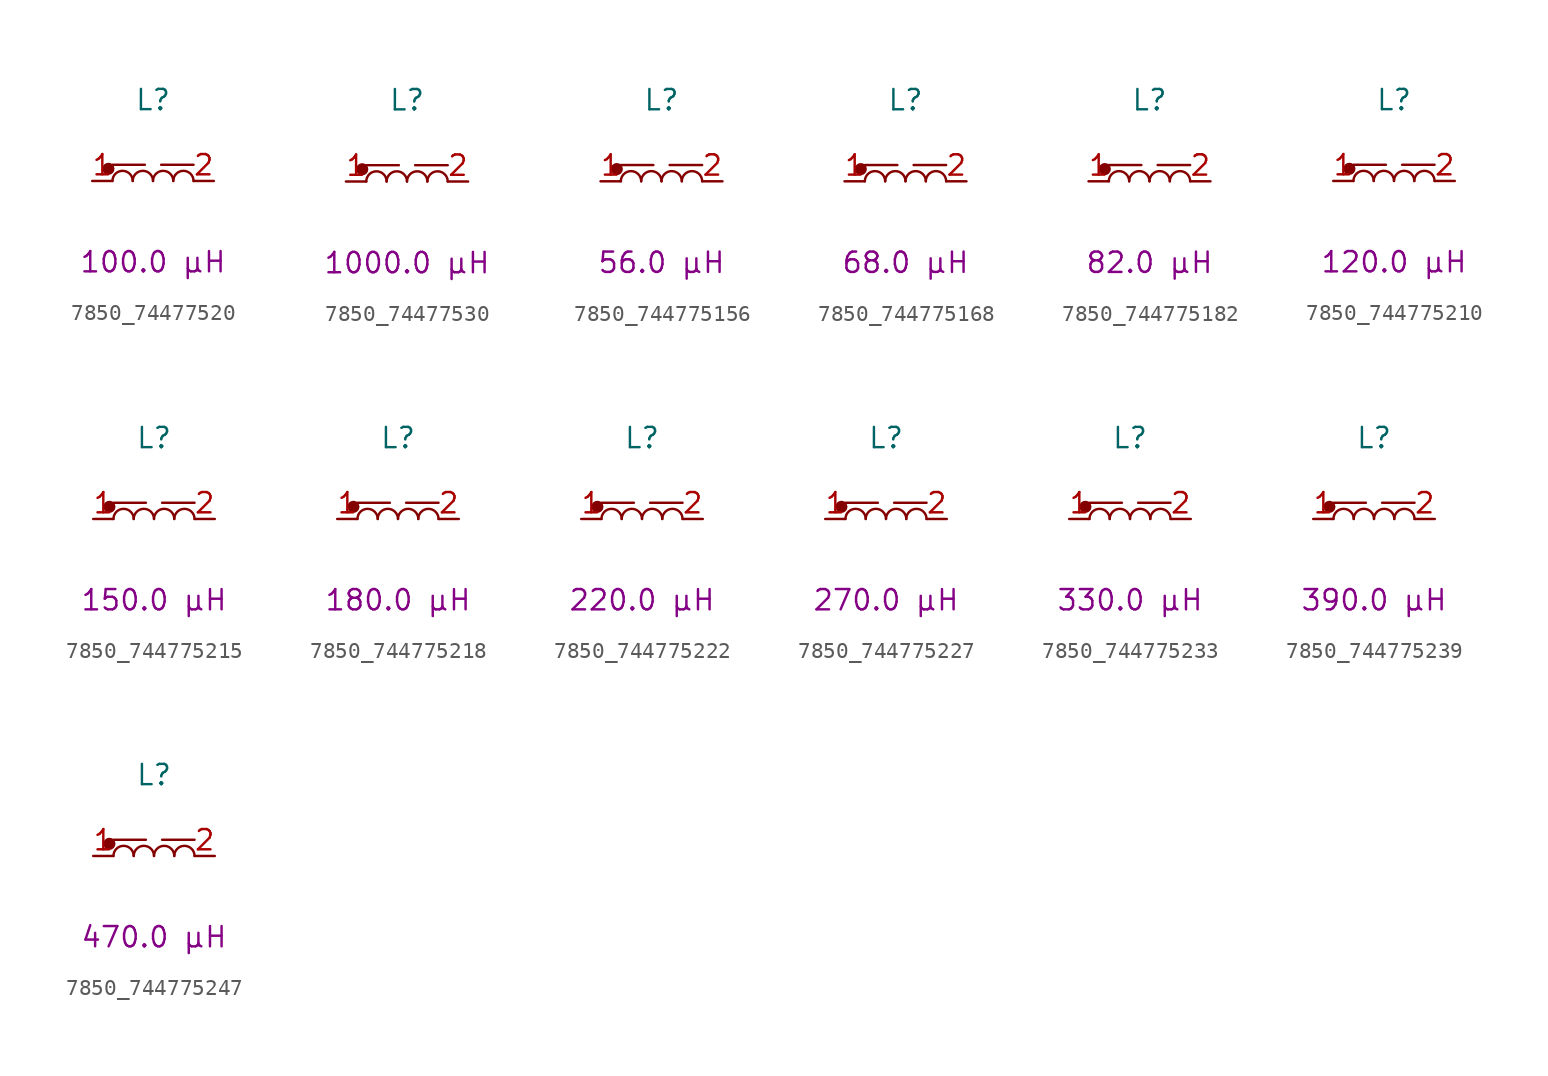
<source format=kicad_sym>
(kicad_symbol_lib
  (version 20220914)
  (generator kicad_symbol_editor)
  (symbol "7850_74477520"
    (pin_names hide)
    (property "Reference" "L"
      (at 0 5.08 0)
      (effects (font (size 1.27 1.27))))
    (property "Critical Parameter" "100.0 µH"
      (at 0 -5.08 0)
      (effects (font (size 1.27 1.27))))
    (symbol "7850_74477520_0_1"
      (arc (start -1.27 0) (mid -1.905 0.6323) (end -2.54 0) (stroke (width 0) (type default)) (fill (type none)))
      (arc (start 0 0) (mid -0.635 0.6323) (end -1.27 0) (stroke (width 0) (type default)) (fill (type none)))
      (polyline (pts (xy -2.54 1.016) (xy -0.508 1.016)) (stroke (width 0) (type default)) (fill (type none)))
      (arc (start 1.27 0) (mid 0.635 0.6323) (end 0 0) (stroke (width 0) (type default)) (fill (type none)))
      (arc (start 2.54 0) (mid 1.905 0.6323) (end 1.27 0) (stroke (width 0) (type default)) (fill (type none))))
    (symbol "7850_74477520_1_1"
      (circle (center -2.794 0.762) (radius 0.0001) (stroke (width 0.381) (type default)) (fill (type none)))
      (polyline (pts (xy 2.54 1.016) (xy 0.508 1.016)) (stroke (width 0) (type default)) (fill (type none)))
      (pin passive line (at -3.81 0 0) (length 1.27) (name "1" (effects (font (size 1.27 1.27)))) (number "1" (effects (font (size 1.27 1.27)))))
      (pin passive line (at 3.81 0 180) (length 1.27) (name "2" (effects (font (size 1.27 1.27)))) (number "2" (effects (font (size 1.27 1.27)))))))
  (symbol "7850_74477530"
    (pin_names hide)
    (property "Reference" "L"
      (at 0 5.08 0)
      (effects (font (size 1.27 1.27))))
    (property "Critical Parameter" "1000.0 µH"
      (at 0 -5.08 0)
      (effects (font (size 1.27 1.27))))
    (symbol "7850_74477530_0_1"
      (arc (start -1.27 0) (mid -1.905 0.6323) (end -2.54 0) (stroke (width 0) (type default)) (fill (type none)))
      (arc (start 0 0) (mid -0.635 0.6323) (end -1.27 0) (stroke (width 0) (type default)) (fill (type none)))
      (polyline (pts (xy -2.54 1.016) (xy -0.508 1.016)) (stroke (width 0) (type default)) (fill (type none)))
      (arc (start 1.27 0) (mid 0.635 0.6323) (end 0 0) (stroke (width 0) (type default)) (fill (type none)))
      (arc (start 2.54 0) (mid 1.905 0.6323) (end 1.27 0) (stroke (width 0) (type default)) (fill (type none))))
    (symbol "7850_74477530_1_1"
      (circle (center -2.794 0.762) (radius 0.0001) (stroke (width 0.381) (type default)) (fill (type none)))
      (polyline (pts (xy 2.54 1.016) (xy 0.508 1.016)) (stroke (width 0) (type default)) (fill (type none)))
      (pin passive line (at -3.81 0 0) (length 1.27) (name "1" (effects (font (size 1.27 1.27)))) (number "1" (effects (font (size 1.27 1.27)))))
      (pin passive line (at 3.81 0 180) (length 1.27) (name "2" (effects (font (size 1.27 1.27)))) (number "2" (effects (font (size 1.27 1.27)))))))
  (symbol "7850_744775156"
    (pin_names hide)
    (property "Reference" "L"
      (at 0 5.08 0)
      (effects (font (size 1.27 1.27))))
    (property "Critical Parameter" "56.0 µH"
      (at 0 -5.08 0)
      (effects (font (size 1.27 1.27))))
    (symbol "7850_744775156_0_1"
      (arc (start -1.27 0) (mid -1.905 0.6323) (end -2.54 0) (stroke (width 0) (type default)) (fill (type none)))
      (arc (start 0 0) (mid -0.635 0.6323) (end -1.27 0) (stroke (width 0) (type default)) (fill (type none)))
      (polyline (pts (xy -2.54 1.016) (xy -0.508 1.016)) (stroke (width 0) (type default)) (fill (type none)))
      (arc (start 1.27 0) (mid 0.635 0.6323) (end 0 0) (stroke (width 0) (type default)) (fill (type none)))
      (arc (start 2.54 0) (mid 1.905 0.6323) (end 1.27 0) (stroke (width 0) (type default)) (fill (type none))))
    (symbol "7850_744775156_1_1"
      (circle (center -2.794 0.762) (radius 0.0001) (stroke (width 0.381) (type default)) (fill (type none)))
      (polyline (pts (xy 2.54 1.016) (xy 0.508 1.016)) (stroke (width 0) (type default)) (fill (type none)))
      (pin passive line (at -3.81 0 0) (length 1.27) (name "1" (effects (font (size 1.27 1.27)))) (number "1" (effects (font (size 1.27 1.27)))))
      (pin passive line (at 3.81 0 180) (length 1.27) (name "2" (effects (font (size 1.27 1.27)))) (number "2" (effects (font (size 1.27 1.27)))))))
  (symbol "7850_744775168"
    (pin_names hide)
    (property "Reference" "L"
      (at 0 5.08 0)
      (effects (font (size 1.27 1.27))))
    (property "Critical Parameter" "68.0 µH"
      (at 0 -5.08 0)
      (effects (font (size 1.27 1.27))))
    (symbol "7850_744775168_0_1"
      (arc (start -1.27 0) (mid -1.905 0.6323) (end -2.54 0) (stroke (width 0) (type default)) (fill (type none)))
      (arc (start 0 0) (mid -0.635 0.6323) (end -1.27 0) (stroke (width 0) (type default)) (fill (type none)))
      (polyline (pts (xy -2.54 1.016) (xy -0.508 1.016)) (stroke (width 0) (type default)) (fill (type none)))
      (arc (start 1.27 0) (mid 0.635 0.6323) (end 0 0) (stroke (width 0) (type default)) (fill (type none)))
      (arc (start 2.54 0) (mid 1.905 0.6323) (end 1.27 0) (stroke (width 0) (type default)) (fill (type none))))
    (symbol "7850_744775168_1_1"
      (circle (center -2.794 0.762) (radius 0.0001) (stroke (width 0.381) (type default)) (fill (type none)))
      (polyline (pts (xy 2.54 1.016) (xy 0.508 1.016)) (stroke (width 0) (type default)) (fill (type none)))
      (pin passive line (at -3.81 0 0) (length 1.27) (name "1" (effects (font (size 1.27 1.27)))) (number "1" (effects (font (size 1.27 1.27)))))
      (pin passive line (at 3.81 0 180) (length 1.27) (name "2" (effects (font (size 1.27 1.27)))) (number "2" (effects (font (size 1.27 1.27)))))))
  (symbol "7850_744775182"
    (pin_names hide)
    (property "Reference" "L"
      (at 0 5.08 0)
      (effects (font (size 1.27 1.27))))
    (property "Critical Parameter" "82.0 µH"
      (at 0 -5.08 0)
      (effects (font (size 1.27 1.27))))
    (symbol "7850_744775182_0_1"
      (arc (start -1.27 0) (mid -1.905 0.6323) (end -2.54 0) (stroke (width 0) (type default)) (fill (type none)))
      (arc (start 0 0) (mid -0.635 0.6323) (end -1.27 0) (stroke (width 0) (type default)) (fill (type none)))
      (polyline (pts (xy -2.54 1.016) (xy -0.508 1.016)) (stroke (width 0) (type default)) (fill (type none)))
      (arc (start 1.27 0) (mid 0.635 0.6323) (end 0 0) (stroke (width 0) (type default)) (fill (type none)))
      (arc (start 2.54 0) (mid 1.905 0.6323) (end 1.27 0) (stroke (width 0) (type default)) (fill (type none))))
    (symbol "7850_744775182_1_1"
      (circle (center -2.794 0.762) (radius 0.0001) (stroke (width 0.381) (type default)) (fill (type none)))
      (polyline (pts (xy 2.54 1.016) (xy 0.508 1.016)) (stroke (width 0) (type default)) (fill (type none)))
      (pin passive line (at -3.81 0 0) (length 1.27) (name "1" (effects (font (size 1.27 1.27)))) (number "1" (effects (font (size 1.27 1.27)))))
      (pin passive line (at 3.81 0 180) (length 1.27) (name "2" (effects (font (size 1.27 1.27)))) (number "2" (effects (font (size 1.27 1.27)))))))
  (symbol "7850_744775210"
    (pin_names hide)
    (property "Reference" "L"
      (at 0 5.08 0)
      (effects (font (size 1.27 1.27))))
    (property "Critical Parameter" "120.0 µH"
      (at 0 -5.08 0)
      (effects (font (size 1.27 1.27))))
    (symbol "7850_744775210_0_1"
      (arc (start -1.27 0) (mid -1.905 0.6323) (end -2.54 0) (stroke (width 0) (type default)) (fill (type none)))
      (arc (start 0 0) (mid -0.635 0.6323) (end -1.27 0) (stroke (width 0) (type default)) (fill (type none)))
      (polyline (pts (xy -2.54 1.016) (xy -0.508 1.016)) (stroke (width 0) (type default)) (fill (type none)))
      (arc (start 1.27 0) (mid 0.635 0.6323) (end 0 0) (stroke (width 0) (type default)) (fill (type none)))
      (arc (start 2.54 0) (mid 1.905 0.6323) (end 1.27 0) (stroke (width 0) (type default)) (fill (type none))))
    (symbol "7850_744775210_1_1"
      (circle (center -2.794 0.762) (radius 0.0001) (stroke (width 0.381) (type default)) (fill (type none)))
      (polyline (pts (xy 2.54 1.016) (xy 0.508 1.016)) (stroke (width 0) (type default)) (fill (type none)))
      (pin passive line (at -3.81 0 0) (length 1.27) (name "1" (effects (font (size 1.27 1.27)))) (number "1" (effects (font (size 1.27 1.27)))))
      (pin passive line (at 3.81 0 180) (length 1.27) (name "2" (effects (font (size 1.27 1.27)))) (number "2" (effects (font (size 1.27 1.27)))))))
  (symbol "7850_744775215"
    (pin_names hide)
    (property "Reference" "L"
      (at 0 5.08 0)
      (effects (font (size 1.27 1.27))))
    (property "Critical Parameter" "150.0 µH"
      (at 0 -5.08 0)
      (effects (font (size 1.27 1.27))))
    (symbol "7850_744775215_0_1"
      (arc (start -1.27 0) (mid -1.905 0.6323) (end -2.54 0) (stroke (width 0) (type default)) (fill (type none)))
      (arc (start 0 0) (mid -0.635 0.6323) (end -1.27 0) (stroke (width 0) (type default)) (fill (type none)))
      (polyline (pts (xy -2.54 1.016) (xy -0.508 1.016)) (stroke (width 0) (type default)) (fill (type none)))
      (arc (start 1.27 0) (mid 0.635 0.6323) (end 0 0) (stroke (width 0) (type default)) (fill (type none)))
      (arc (start 2.54 0) (mid 1.905 0.6323) (end 1.27 0) (stroke (width 0) (type default)) (fill (type none))))
    (symbol "7850_744775215_1_1"
      (circle (center -2.794 0.762) (radius 0.0001) (stroke (width 0.381) (type default)) (fill (type none)))
      (polyline (pts (xy 2.54 1.016) (xy 0.508 1.016)) (stroke (width 0) (type default)) (fill (type none)))
      (pin passive line (at -3.81 0 0) (length 1.27) (name "1" (effects (font (size 1.27 1.27)))) (number "1" (effects (font (size 1.27 1.27)))))
      (pin passive line (at 3.81 0 180) (length 1.27) (name "2" (effects (font (size 1.27 1.27)))) (number "2" (effects (font (size 1.27 1.27)))))))
  (symbol "7850_744775218"
    (pin_names hide)
    (property "Reference" "L"
      (at 0 5.08 0)
      (effects (font (size 1.27 1.27))))
    (property "Critical Parameter" "180.0 µH"
      (at 0 -5.08 0)
      (effects (font (size 1.27 1.27))))
    (symbol "7850_744775218_0_1"
      (arc (start -1.27 0) (mid -1.905 0.6323) (end -2.54 0) (stroke (width 0) (type default)) (fill (type none)))
      (arc (start 0 0) (mid -0.635 0.6323) (end -1.27 0) (stroke (width 0) (type default)) (fill (type none)))
      (polyline (pts (xy -2.54 1.016) (xy -0.508 1.016)) (stroke (width 0) (type default)) (fill (type none)))
      (arc (start 1.27 0) (mid 0.635 0.6323) (end 0 0) (stroke (width 0) (type default)) (fill (type none)))
      (arc (start 2.54 0) (mid 1.905 0.6323) (end 1.27 0) (stroke (width 0) (type default)) (fill (type none))))
    (symbol "7850_744775218_1_1"
      (circle (center -2.794 0.762) (radius 0.0001) (stroke (width 0.381) (type default)) (fill (type none)))
      (polyline (pts (xy 2.54 1.016) (xy 0.508 1.016)) (stroke (width 0) (type default)) (fill (type none)))
      (pin passive line (at -3.81 0 0) (length 1.27) (name "1" (effects (font (size 1.27 1.27)))) (number "1" (effects (font (size 1.27 1.27)))))
      (pin passive line (at 3.81 0 180) (length 1.27) (name "2" (effects (font (size 1.27 1.27)))) (number "2" (effects (font (size 1.27 1.27)))))))
  (symbol "7850_744775222"
    (pin_names hide)
    (property "Reference" "L"
      (at 0 5.08 0)
      (effects (font (size 1.27 1.27))))
    (property "Critical Parameter" "220.0 µH"
      (at 0 -5.08 0)
      (effects (font (size 1.27 1.27))))
    (symbol "7850_744775222_0_1"
      (arc (start -1.27 0) (mid -1.905 0.6323) (end -2.54 0) (stroke (width 0) (type default)) (fill (type none)))
      (arc (start 0 0) (mid -0.635 0.6323) (end -1.27 0) (stroke (width 0) (type default)) (fill (type none)))
      (polyline (pts (xy -2.54 1.016) (xy -0.508 1.016)) (stroke (width 0) (type default)) (fill (type none)))
      (arc (start 1.27 0) (mid 0.635 0.6323) (end 0 0) (stroke (width 0) (type default)) (fill (type none)))
      (arc (start 2.54 0) (mid 1.905 0.6323) (end 1.27 0) (stroke (width 0) (type default)) (fill (type none))))
    (symbol "7850_744775222_1_1"
      (circle (center -2.794 0.762) (radius 0.0001) (stroke (width 0.381) (type default)) (fill (type none)))
      (polyline (pts (xy 2.54 1.016) (xy 0.508 1.016)) (stroke (width 0) (type default)) (fill (type none)))
      (pin passive line (at -3.81 0 0) (length 1.27) (name "1" (effects (font (size 1.27 1.27)))) (number "1" (effects (font (size 1.27 1.27)))))
      (pin passive line (at 3.81 0 180) (length 1.27) (name "2" (effects (font (size 1.27 1.27)))) (number "2" (effects (font (size 1.27 1.27)))))))
  (symbol "7850_744775227"
    (pin_names hide)
    (property "Reference" "L"
      (at 0 5.08 0)
      (effects (font (size 1.27 1.27))))
    (property "Critical Parameter" "270.0 µH"
      (at 0 -5.08 0)
      (effects (font (size 1.27 1.27))))
    (symbol "7850_744775227_0_1"
      (arc (start -1.27 0) (mid -1.905 0.6323) (end -2.54 0) (stroke (width 0) (type default)) (fill (type none)))
      (arc (start 0 0) (mid -0.635 0.6323) (end -1.27 0) (stroke (width 0) (type default)) (fill (type none)))
      (polyline (pts (xy -2.54 1.016) (xy -0.508 1.016)) (stroke (width 0) (type default)) (fill (type none)))
      (arc (start 1.27 0) (mid 0.635 0.6323) (end 0 0) (stroke (width 0) (type default)) (fill (type none)))
      (arc (start 2.54 0) (mid 1.905 0.6323) (end 1.27 0) (stroke (width 0) (type default)) (fill (type none))))
    (symbol "7850_744775227_1_1"
      (circle (center -2.794 0.762) (radius 0.0001) (stroke (width 0.381) (type default)) (fill (type none)))
      (polyline (pts (xy 2.54 1.016) (xy 0.508 1.016)) (stroke (width 0) (type default)) (fill (type none)))
      (pin passive line (at -3.81 0 0) (length 1.27) (name "1" (effects (font (size 1.27 1.27)))) (number "1" (effects (font (size 1.27 1.27)))))
      (pin passive line (at 3.81 0 180) (length 1.27) (name "2" (effects (font (size 1.27 1.27)))) (number "2" (effects (font (size 1.27 1.27)))))))
  (symbol "7850_744775233"
    (pin_names hide)
    (property "Reference" "L"
      (at 0 5.08 0)
      (effects (font (size 1.27 1.27))))
    (property "Critical Parameter" "330.0 µH"
      (at 0 -5.08 0)
      (effects (font (size 1.27 1.27))))
    (symbol "7850_744775233_0_1"
      (arc (start -1.27 0) (mid -1.905 0.6323) (end -2.54 0) (stroke (width 0) (type default)) (fill (type none)))
      (arc (start 0 0) (mid -0.635 0.6323) (end -1.27 0) (stroke (width 0) (type default)) (fill (type none)))
      (polyline (pts (xy -2.54 1.016) (xy -0.508 1.016)) (stroke (width 0) (type default)) (fill (type none)))
      (arc (start 1.27 0) (mid 0.635 0.6323) (end 0 0) (stroke (width 0) (type default)) (fill (type none)))
      (arc (start 2.54 0) (mid 1.905 0.6323) (end 1.27 0) (stroke (width 0) (type default)) (fill (type none))))
    (symbol "7850_744775233_1_1"
      (circle (center -2.794 0.762) (radius 0.0001) (stroke (width 0.381) (type default)) (fill (type none)))
      (polyline (pts (xy 2.54 1.016) (xy 0.508 1.016)) (stroke (width 0) (type default)) (fill (type none)))
      (pin passive line (at -3.81 0 0) (length 1.27) (name "1" (effects (font (size 1.27 1.27)))) (number "1" (effects (font (size 1.27 1.27)))))
      (pin passive line (at 3.81 0 180) (length 1.27) (name "2" (effects (font (size 1.27 1.27)))) (number "2" (effects (font (size 1.27 1.27)))))))
  (symbol "7850_744775239"
    (pin_names hide)
    (property "Reference" "L"
      (at 0 5.08 0)
      (effects (font (size 1.27 1.27))))
    (property "Critical Parameter" "390.0 µH"
      (at 0 -5.08 0)
      (effects (font (size 1.27 1.27))))
    (symbol "7850_744775239_0_1"
      (arc (start -1.27 0) (mid -1.905 0.6323) (end -2.54 0) (stroke (width 0) (type default)) (fill (type none)))
      (arc (start 0 0) (mid -0.635 0.6323) (end -1.27 0) (stroke (width 0) (type default)) (fill (type none)))
      (polyline (pts (xy -2.54 1.016) (xy -0.508 1.016)) (stroke (width 0) (type default)) (fill (type none)))
      (arc (start 1.27 0) (mid 0.635 0.6323) (end 0 0) (stroke (width 0) (type default)) (fill (type none)))
      (arc (start 2.54 0) (mid 1.905 0.6323) (end 1.27 0) (stroke (width 0) (type default)) (fill (type none))))
    (symbol "7850_744775239_1_1"
      (circle (center -2.794 0.762) (radius 0.0001) (stroke (width 0.381) (type default)) (fill (type none)))
      (polyline (pts (xy 2.54 1.016) (xy 0.508 1.016)) (stroke (width 0) (type default)) (fill (type none)))
      (pin passive line (at -3.81 0 0) (length 1.27) (name "1" (effects (font (size 1.27 1.27)))) (number "1" (effects (font (size 1.27 1.27)))))
      (pin passive line (at 3.81 0 180) (length 1.27) (name "2" (effects (font (size 1.27 1.27)))) (number "2" (effects (font (size 1.27 1.27)))))))
  (symbol "7850_744775247"
    (pin_names hide)
    (property "Reference" "L"
      (at 0 5.08 0)
      (effects (font (size 1.27 1.27))))
    (property "Critical Parameter" "470.0 µH"
      (at 0 -5.08 0)
      (effects (font (size 1.27 1.27))))
    (symbol "7850_744775247_0_1"
      (arc (start -1.27 0) (mid -1.905 0.6323) (end -2.54 0) (stroke (width 0) (type default)) (fill (type none)))
      (arc (start 0 0) (mid -0.635 0.6323) (end -1.27 0) (stroke (width 0) (type default)) (fill (type none)))
      (polyline (pts (xy -2.54 1.016) (xy -0.508 1.016)) (stroke (width 0) (type default)) (fill (type none)))
      (arc (start 1.27 0) (mid 0.635 0.6323) (end 0 0) (stroke (width 0) (type default)) (fill (type none)))
      (arc (start 2.54 0) (mid 1.905 0.6323) (end 1.27 0) (stroke (width 0) (type default)) (fill (type none))))
    (symbol "7850_744775247_1_1"
      (circle (center -2.794 0.762) (radius 0.0001) (stroke (width 0.381) (type default)) (fill (type none)))
      (polyline (pts (xy 2.54 1.016) (xy 0.508 1.016)) (stroke (width 0) (type default)) (fill (type none)))
      (pin passive line (at -3.81 0 0) (length 1.27) (name "1" (effects (font (size 1.27 1.27)))) (number "1" (effects (font (size 1.27 1.27)))))
      (pin passive line (at 3.81 0 180) (length 1.27) (name "2" (effects (font (size 1.27 1.27)))) (number "2" (effects (font (size 1.27 1.27))))))))
</source>
